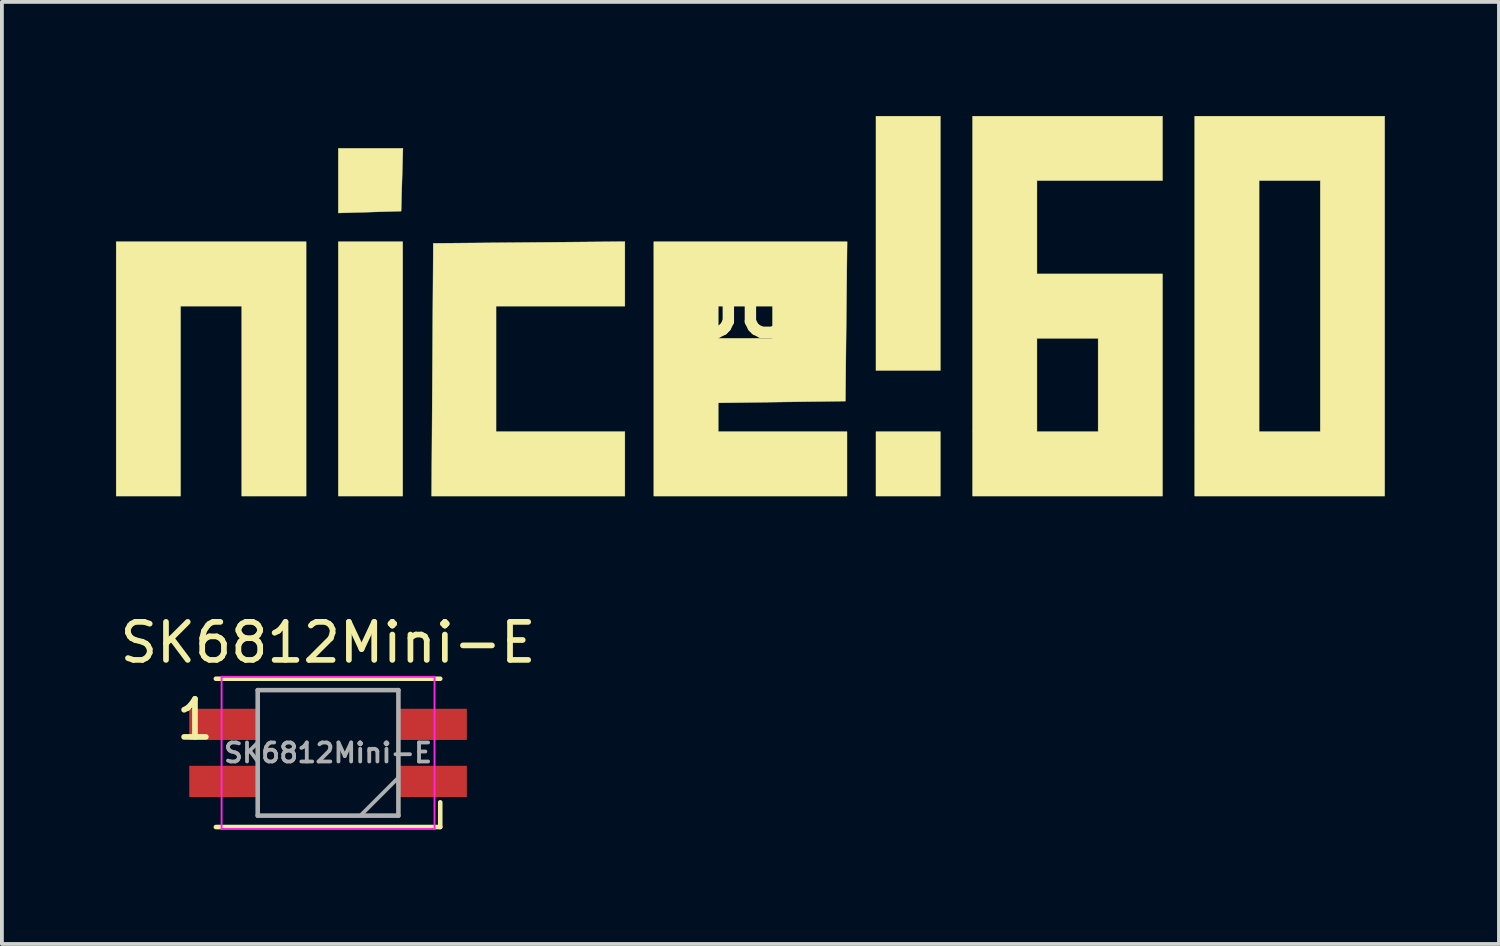
<source format=kicad_pcb>
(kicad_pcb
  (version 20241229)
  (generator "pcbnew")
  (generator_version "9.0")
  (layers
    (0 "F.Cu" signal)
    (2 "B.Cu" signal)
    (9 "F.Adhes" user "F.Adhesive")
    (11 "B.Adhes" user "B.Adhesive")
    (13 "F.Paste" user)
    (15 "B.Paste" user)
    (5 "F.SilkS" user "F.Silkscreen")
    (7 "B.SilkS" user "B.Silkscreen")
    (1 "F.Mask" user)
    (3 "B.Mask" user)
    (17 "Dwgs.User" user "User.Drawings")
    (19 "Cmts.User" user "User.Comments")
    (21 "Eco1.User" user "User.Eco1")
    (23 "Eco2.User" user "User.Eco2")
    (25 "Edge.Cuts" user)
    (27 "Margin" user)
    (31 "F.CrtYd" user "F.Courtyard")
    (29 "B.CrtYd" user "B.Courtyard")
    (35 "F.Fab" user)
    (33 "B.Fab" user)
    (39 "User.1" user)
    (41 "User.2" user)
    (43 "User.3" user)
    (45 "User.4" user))
  (footprint "logo"
    (layer "F.Cu")
    (at 16.684 5)
    (property "Reference" "logo" (at 0 0 0) (layer "F.SilkS") (effects (font (size 1.524 1.524) (thickness 0.3))))
    (attr through_hole)
    (fp_poly (pts (xy -9.144 4.995) (xy -10.837 4.995) (xy -10.837 -1.693) (xy -9.144 -1.693) (xy -9.144 4.995)) (stroke (width 0.01) (type solid)) (fill yes) (layer "F.SilkS"))
    (fp_poly (pts (xy 4.995 1.693) (xy 3.302 1.693) (xy 3.302 -4.995) (xy 4.995 -4.995) (xy 4.995 1.693)) (stroke (width 0.01) (type solid)) (fill yes) (layer "F.SilkS"))
    (fp_poly (pts (xy 4.995 4.995) (xy 3.302 4.995) (xy 3.302 3.302) (xy 4.995 3.302) (xy 4.995 4.995)) (stroke (width 0.01) (type solid)) (fill yes) (layer "F.SilkS"))
    (fp_poly (pts (xy -9.162 -3.323) (xy -9.186 -2.498) (xy -10.012 -2.473) (xy -10.837 -2.449) (xy -10.837 -4.149) (xy -9.138 -4.149) (xy -9.162 -3.323)) (stroke (width 0.01) (type solid)) (fill yes) (layer "F.SilkS"))
    (fp_poly (pts (xy -11.684 4.995) (xy -13.377 4.995) (xy -13.377 0) (xy -14.986 0) (xy -14.986 4.995) (xy -16.679 4.995) (xy -16.679 -1.693) (xy -11.684 -1.693) (xy -11.684 4.995)) (stroke (width 0.01) (type solid)) (fill yes) (layer "F.SilkS"))
    (fp_poly (pts (xy -3.302 0) (xy -6.689 0) (xy -6.689 3.302) (xy -3.302 3.302) (xy -3.302 4.995) (xy -8.384 4.995) (xy -8.362 1.672) (xy -8.34 -1.651) (xy -5.821 -1.673) (xy -3.302 -1.696) (xy -3.302 0)) (stroke (width 0.01) (type solid)) (fill yes) (layer "F.SilkS"))
    (fp_poly (pts (xy 16.679 4.995) (xy 11.684 4.995) (xy 11.684 -3.302) (xy 13.377 -3.302) (xy 13.377 3.302) (xy 14.986 3.302) (xy 14.986 -3.302) (xy 13.377 -3.302) (xy 11.684 -3.302) (xy 11.684 -4.995) (xy 16.679 -4.995) (xy 16.679 4.995)) (stroke (width 0.01) (type solid)) (fill yes) (layer "F.SilkS"))
    (fp_poly (pts (xy 10.837 -3.302) (xy 7.535 -3.302) (xy 7.535 -0.847) (xy 10.837 -0.847) (xy 10.837 4.995) (xy 5.842 4.995) (xy 5.842 0.847) (xy 7.535 0.847) (xy 7.535 3.302) (xy 9.144 3.302) (xy 9.144 0.847) (xy 7.535 0.847) (xy 5.842 0.847) (xy 5.842 -4.995) (xy 10.837 -4.995) (xy 10.837 -3.302)) (stroke (width 0.01) (type solid)) (fill yes) (layer "F.SilkS"))
    (fp_poly (pts (xy 2.52 0.402) (xy 2.498 2.498) (xy 0.826 2.521) (xy -0.847 2.544) (xy -0.847 3.302) (xy 2.54 3.302) (xy 2.54 4.995) (xy -2.54 4.995) (xy -2.54 0) (xy -0.847 0) (xy -0.847 0.847) (xy 0.847 0.847) (xy 0.847 0) (xy -0.847 0) (xy -2.54 0) (xy -2.54 -1.693) (xy 0.001 -1.693) (xy 2.543 -1.693) (xy 2.52 0.402)) (stroke (width 0.01) (type solid)) (fill yes) (layer "F.SilkS")))
  (footprint "SK6812Mini-E"
    (layer "F.Cu")
    (at 5.577 16.749)
    (property "Reference" "SK6812Mini-E" (at 0 -2.9 0) (layer "F.SilkS") (effects (font (size 1 1) (thickness 0.15))))
    (attr through_hole)
    (fp_line (start -2.95 -1.95) (end 2.95 -1.95) (stroke (width 0.12) (type solid)) (layer "F.SilkS"))
    (fp_line (start -2.95 1.95) (end 2.95 1.95) (stroke (width 0.12) (type solid)) (layer "F.SilkS"))
    (fp_line (start 2.95 1.95) (end 2.95 1.3) (stroke (width 0.12) (type solid)) (layer "F.SilkS"))
    (fp_line (start -2.8 -2) (end -2.8 2) (stroke (width 0.05) (type solid)) (layer "F.CrtYd"))
    (fp_line (start -2.8 2) (end 2.8 2) (stroke (width 0.05) (type solid)) (layer "F.CrtYd"))
    (fp_line (start 2.8 -2) (end -2.8 -2) (stroke (width 0.05) (type solid)) (layer "F.CrtYd"))
    (fp_line (start 2.8 2) (end 2.8 -2) (stroke (width 0.05) (type solid)) (layer "F.CrtYd"))
    (fp_line (start -1.85 -1.65) (end 1.85 -1.65) (stroke (width 0.12) (type solid)) (layer "F.Fab"))
    (fp_line (start -1.85 1.65) (end -1.85 -1.65) (stroke (width 0.12) (type solid)) (layer "F.Fab"))
    (fp_line (start 1.85 -1.65) (end 1.85 1.65) (stroke (width 0.12) (type solid)) (layer "F.Fab"))
    (fp_line (start 1.85 0.65) (end 0.85 1.65) (stroke (width 0.1) (type solid)) (layer "F.Fab"))
    (fp_line (start 1.85 1.65) (end -1.85 1.65) (stroke (width 0.12) (type solid)) (layer "F.Fab"))
    (fp_text user "1" (at -3.5 -0.875 0) (layer "F.SilkS") (effects (font (size 1 1) (thickness 0.15))))
    (fp_text user "${REFERENCE}" (at 0 0 0) (layer "F.Fab") (effects (font (size 0.5 0.5) (thickness 0.1))))
    (pad "1" smd rect (at -2.75 -0.75) (size 1.8 0.82) (layers "F.Cu" "F.Mask" "F.Paste"))
    (pad "2" smd rect (at -2.75 0.75) (size 1.8 0.82) (layers "F.Cu" "F.Mask" "F.Paste"))
    (pad "3" smd rect (at 2.75 0.75) (size 1.8 0.82) (layers "F.Cu" "F.Mask" "F.Paste"))
    (pad "4" smd rect (at 2.75 -0.75) (size 1.8 0.82) (layers "F.Cu" "F.Mask" "F.Paste")))
  (gr_rect
    (start -3 -3)
    (end 36.369 21.774)
    (stroke (width 0.1) (type default))
    (fill no)
    (layer "Edge.Cuts")))
</source>
